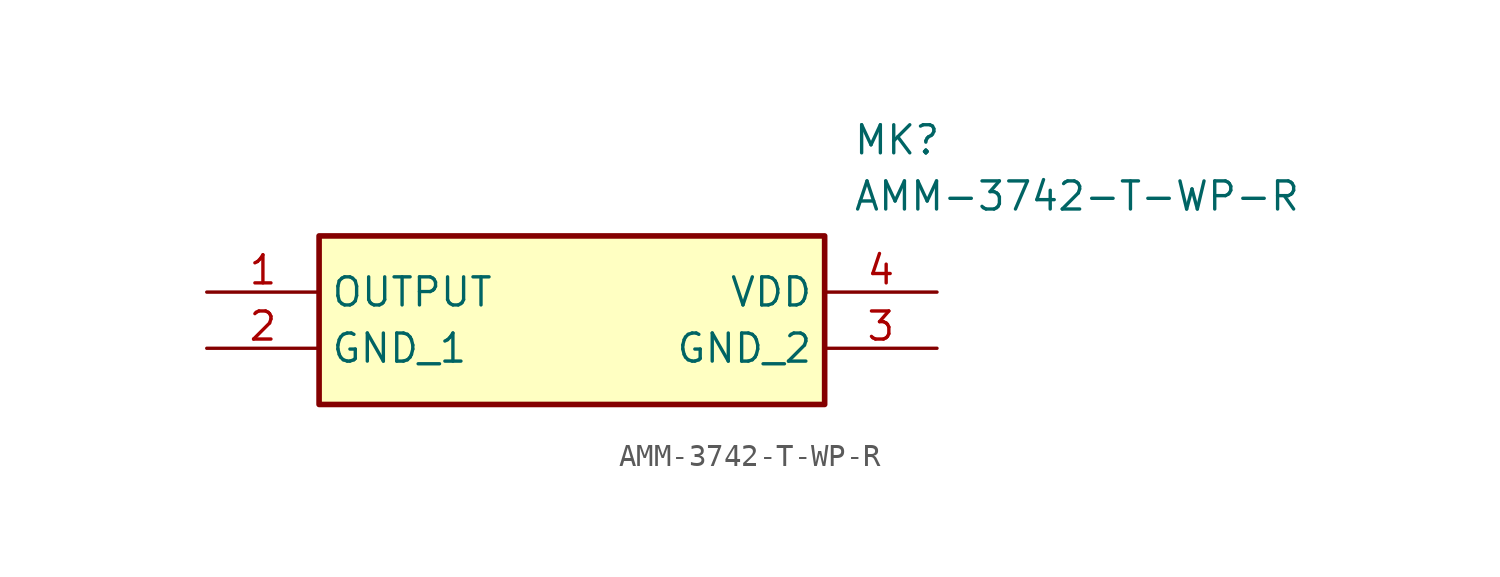
<source format=kicad_sym>
(kicad_symbol_lib
  (version 20211014)
  (generator SamacSys_ECAD_Model)
  (symbol "AMM-3742-T-WP-R"
    (property "Reference" "MK"
      (at 29.21 7.62 0)
      (effects (font (size 1.27 1.27)) (justify left top)))
    (property "Value" "AMM-3742-T-WP-R"
      (at 29.21 5.08 0)
      (effects (font (size 1.27 1.27)) (justify left top)))
    (rectangle
      (start 5.08 2.54)
      (end 27.94 -5.08)
      (stroke (width 0.254) (type default))
      (fill (type background)))
    (pin passive line
      (at 0 0 0)
      (length 5.08)
      (name "OUTPUT" (effects (font (size 1.27 1.27))))
      (number "1" (effects (font (size 1.27 1.27)))))
    (pin passive line
      (at 0 -2.54 0)
      (length 5.08)
      (name "GND_1" (effects (font (size 1.27 1.27))))
      (number "2" (effects (font (size 1.27 1.27)))))
    (pin passive line
      (at 33.02 -2.54 180)
      (length 5.08)
      (name "GND_2" (effects (font (size 1.27 1.27))))
      (number "3" (effects (font (size 1.27 1.27)))))
    (pin passive line
      (at 33.02 0 180)
      (length 5.08)
      (name "VDD" (effects (font (size 1.27 1.27))))
      (number "4" (effects (font (size 1.27 1.27)))))))
</source>
